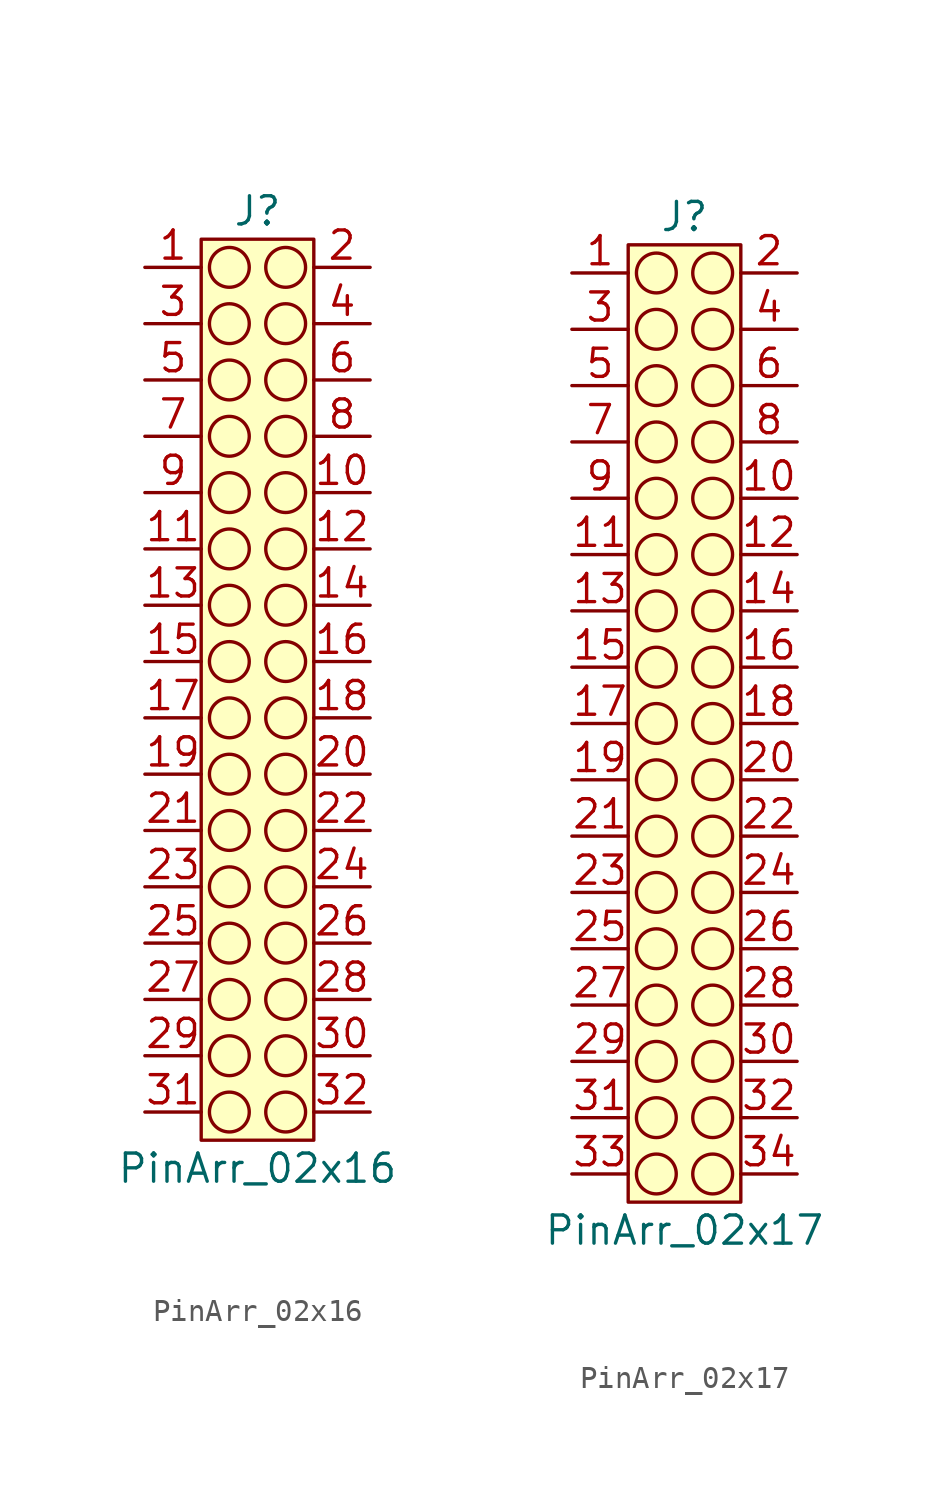
<source format=kicad_sym>
(kicad_symbol_lib
  (version 20220914)
  (generator kicad_symbol_editor)
  (symbol "PinArr_02x16"
    (property "Reference" "J"
      (at 0 21.59 0)
      (effects (font (size 1.27 1.27))))
    (property "Value" "PinArr_02x16"
      (at 0 -21.59 0)
      (effects (font (size 1.27 1.27))))
    (symbol "PinArr_02x16_0_1"
      (circle (center -1.27 -19.05) (radius 0.898) (stroke (width 0) (type default)) (fill (type none)))
      (circle (center -1.27 -16.51) (radius 0.898) (stroke (width 0) (type default)) (fill (type none)))
      (circle (center -1.27 -13.97) (radius 0.898) (stroke (width 0) (type default)) (fill (type none)))
      (circle (center -1.27 -11.43) (radius 0.898) (stroke (width 0) (type default)) (fill (type none)))
      (circle (center -1.27 -8.89) (radius 0.898) (stroke (width 0) (type default)) (fill (type none)))
      (circle (center -1.27 -6.35) (radius 0.898) (stroke (width 0) (type default)) (fill (type none)))
      (circle (center -1.27 -3.81) (radius 0.898) (stroke (width 0) (type default)) (fill (type none)))
      (circle (center -1.27 -1.27) (radius 0.898) (stroke (width 0) (type default)) (fill (type none)))
      (circle (center -1.27 1.27) (radius 0.898) (stroke (width 0) (type default)) (fill (type none)))
      (circle (center -1.27 3.81) (radius 0.898) (stroke (width 0) (type default)) (fill (type none)))
      (circle (center -1.27 6.35) (radius 0.898) (stroke (width 0) (type default)) (fill (type none)))
      (circle (center -1.27 8.89) (radius 0.898) (stroke (width 0) (type default)) (fill (type none)))
      (circle (center -1.27 11.43) (radius 0.898) (stroke (width 0) (type default)) (fill (type none)))
      (circle (center -1.27 13.97) (radius 0.898) (stroke (width 0) (type default)) (fill (type none)))
      (circle (center -1.27 16.51) (radius 0.898) (stroke (width 0) (type default)) (fill (type none)))
      (circle (center -1.27 19.05) (radius 0.898) (stroke (width 0) (type default)) (fill (type none)))
      (circle (center 1.27 -19.05) (radius 0.898) (stroke (width 0) (type default)) (fill (type none)))
      (circle (center 1.27 -16.51) (radius 0.898) (stroke (width 0) (type default)) (fill (type none)))
      (circle (center 1.27 -13.97) (radius 0.898) (stroke (width 0) (type default)) (fill (type none)))
      (circle (center 1.27 -11.43) (radius 0.898) (stroke (width 0) (type default)) (fill (type none)))
      (circle (center 1.27 -8.89) (radius 0.898) (stroke (width 0) (type default)) (fill (type none)))
      (circle (center 1.27 -6.35) (radius 0.898) (stroke (width 0) (type default)) (fill (type none)))
      (circle (center 1.27 -3.81) (radius 0.898) (stroke (width 0) (type default)) (fill (type none)))
      (circle (center 1.27 -1.27) (radius 0.898) (stroke (width 0) (type default)) (fill (type none)))
      (circle (center 1.27 1.27) (radius 0.898) (stroke (width 0) (type default)) (fill (type none)))
      (circle (center 1.27 3.81) (radius 0.898) (stroke (width 0) (type default)) (fill (type none)))
      (circle (center 1.27 6.35) (radius 0.898) (stroke (width 0) (type default)) (fill (type none)))
      (circle (center 1.27 8.89) (radius 0.898) (stroke (width 0) (type default)) (fill (type none)))
      (circle (center 1.27 11.43) (radius 0.898) (stroke (width 0) (type default)) (fill (type none)))
      (circle (center 1.27 13.97) (radius 0.898) (stroke (width 0) (type default)) (fill (type none)))
      (circle (center 1.27 16.51) (radius 0.898) (stroke (width 0) (type default)) (fill (type none)))
      (circle (center 1.27 19.05) (radius 0.898) (stroke (width 0) (type default)) (fill (type none))))
    (symbol "PinArr_02x16_1_1"
      (rectangle (start -2.54 20.32) (end 2.54 -20.32) (stroke (width 0) (type default)) (fill (type background)))
      (pin passive line (at -5.08 19.05 0) (length 2.54) (name "" (effects (font (size 1.27 1.27)))) (number "1" (effects (font (size 1.27 1.27)))))
      (pin passive line (at 5.08 8.89 180) (length 2.54) (name "" (effects (font (size 1.27 1.27)))) (number "10" (effects (font (size 1.27 1.27)))))
      (pin passive line (at -5.08 6.35 0) (length 2.54) (name "" (effects (font (size 1.27 1.27)))) (number "11" (effects (font (size 1.27 1.27)))))
      (pin passive line (at 5.08 6.35 180) (length 2.54) (name "" (effects (font (size 1.27 1.27)))) (number "12" (effects (font (size 1.27 1.27)))))
      (pin passive line (at -5.08 3.81 0) (length 2.54) (name "" (effects (font (size 1.27 1.27)))) (number "13" (effects (font (size 1.27 1.27)))))
      (pin passive line (at 5.08 3.81 180) (length 2.54) (name "" (effects (font (size 1.27 1.27)))) (number "14" (effects (font (size 1.27 1.27)))))
      (pin passive line (at -5.08 1.27 0) (length 2.54) (name "" (effects (font (size 1.27 1.27)))) (number "15" (effects (font (size 1.27 1.27)))))
      (pin passive line (at 5.08 1.27 180) (length 2.54) (name "" (effects (font (size 1.27 1.27)))) (number "16" (effects (font (size 1.27 1.27)))))
      (pin passive line (at -5.08 -1.27 0) (length 2.54) (name "" (effects (font (size 1.27 1.27)))) (number "17" (effects (font (size 1.27 1.27)))))
      (pin passive line (at 5.08 -1.27 180) (length 2.54) (name "" (effects (font (size 1.27 1.27)))) (number "18" (effects (font (size 1.27 1.27)))))
      (pin passive line (at -5.08 -3.81 0) (length 2.54) (name "" (effects (font (size 1.27 1.27)))) (number "19" (effects (font (size 1.27 1.27)))))
      (pin passive line (at 5.08 19.05 180) (length 2.54) (name "" (effects (font (size 1.27 1.27)))) (number "2" (effects (font (size 1.27 1.27)))))
      (pin passive line (at 5.08 -3.81 180) (length 2.54) (name "" (effects (font (size 1.27 1.27)))) (number "20" (effects (font (size 1.27 1.27)))))
      (pin passive line (at -5.08 -6.35 0) (length 2.54) (name "" (effects (font (size 1.27 1.27)))) (number "21" (effects (font (size 1.27 1.27)))))
      (pin passive line (at 5.08 -6.35 180) (length 2.54) (name "" (effects (font (size 1.27 1.27)))) (number "22" (effects (font (size 1.27 1.27)))))
      (pin passive line (at -5.08 -8.89 0) (length 2.54) (name "" (effects (font (size 1.27 1.27)))) (number "23" (effects (font (size 1.27 1.27)))))
      (pin passive line (at 5.08 -8.89 180) (length 2.54) (name "" (effects (font (size 1.27 1.27)))) (number "24" (effects (font (size 1.27 1.27)))))
      (pin passive line (at -5.08 -11.43 0) (length 2.54) (name "" (effects (font (size 1.27 1.27)))) (number "25" (effects (font (size 1.27 1.27)))))
      (pin passive line (at 5.08 -11.43 180) (length 2.54) (name "" (effects (font (size 1.27 1.27)))) (number "26" (effects (font (size 1.27 1.27)))))
      (pin passive line (at -5.08 -13.97 0) (length 2.54) (name "" (effects (font (size 1.27 1.27)))) (number "27" (effects (font (size 1.27 1.27)))))
      (pin passive line (at 5.08 -13.97 180) (length 2.54) (name "" (effects (font (size 1.27 1.27)))) (number "28" (effects (font (size 1.27 1.27)))))
      (pin passive line (at -5.08 -16.51 0) (length 2.54) (name "" (effects (font (size 1.27 1.27)))) (number "29" (effects (font (size 1.27 1.27)))))
      (pin passive line (at -5.08 16.51 0) (length 2.54) (name "" (effects (font (size 1.27 1.27)))) (number "3" (effects (font (size 1.27 1.27)))))
      (pin passive line (at 5.08 -16.51 180) (length 2.54) (name "" (effects (font (size 1.27 1.27)))) (number "30" (effects (font (size 1.27 1.27)))))
      (pin passive line (at -5.08 -19.05 0) (length 2.54) (name "" (effects (font (size 1.27 1.27)))) (number "31" (effects (font (size 1.27 1.27)))))
      (pin passive line (at 5.08 -19.05 180) (length 2.54) (name "" (effects (font (size 1.27 1.27)))) (number "32" (effects (font (size 1.27 1.27)))))
      (pin passive line (at 5.08 16.51 180) (length 2.54) (name "" (effects (font (size 1.27 1.27)))) (number "4" (effects (font (size 1.27 1.27)))))
      (pin passive line (at -5.08 13.97 0) (length 2.54) (name "" (effects (font (size 1.27 1.27)))) (number "5" (effects (font (size 1.27 1.27)))))
      (pin passive line (at 5.08 13.97 180) (length 2.54) (name "" (effects (font (size 1.27 1.27)))) (number "6" (effects (font (size 1.27 1.27)))))
      (pin passive line (at -5.08 11.43 0) (length 2.54) (name "" (effects (font (size 1.27 1.27)))) (number "7" (effects (font (size 1.27 1.27)))))
      (pin passive line (at 5.08 11.43 180) (length 2.54) (name "" (effects (font (size 1.27 1.27)))) (number "8" (effects (font (size 1.27 1.27)))))
      (pin passive line (at -5.08 8.89 0) (length 2.54) (name "" (effects (font (size 1.27 1.27)))) (number "9" (effects (font (size 1.27 1.27)))))))
  (symbol "PinArr_02x17"
    (property "Reference" "J"
      (at 0 22.86 0)
      (effects (font (size 1.27 1.27))))
    (property "Value" "PinArr_02x17"
      (at 0 -22.86 0)
      (effects (font (size 1.27 1.27))))
    (symbol "PinArr_02x17_0_1"
      (circle (center -1.27 -20.32) (radius 0.898) (stroke (width 0) (type default)) (fill (type none)))
      (circle (center -1.27 -17.78) (radius 0.898) (stroke (width 0) (type default)) (fill (type none)))
      (circle (center -1.27 -15.24) (radius 0.898) (stroke (width 0) (type default)) (fill (type none)))
      (circle (center -1.27 -12.7) (radius 0.898) (stroke (width 0) (type default)) (fill (type none)))
      (circle (center -1.27 -10.16) (radius 0.898) (stroke (width 0) (type default)) (fill (type none)))
      (circle (center -1.27 -7.62) (radius 0.898) (stroke (width 0) (type default)) (fill (type none)))
      (circle (center -1.27 -5.08) (radius 0.898) (stroke (width 0) (type default)) (fill (type none)))
      (circle (center -1.27 -2.54) (radius 0.898) (stroke (width 0) (type default)) (fill (type none)))
      (circle (center -1.27 0) (radius 0.898) (stroke (width 0) (type default)) (fill (type none)))
      (circle (center -1.27 2.54) (radius 0.898) (stroke (width 0) (type default)) (fill (type none)))
      (circle (center -1.27 5.08) (radius 0.898) (stroke (width 0) (type default)) (fill (type none)))
      (circle (center -1.27 7.62) (radius 0.898) (stroke (width 0) (type default)) (fill (type none)))
      (circle (center -1.27 10.16) (radius 0.898) (stroke (width 0) (type default)) (fill (type none)))
      (circle (center -1.27 12.7) (radius 0.898) (stroke (width 0) (type default)) (fill (type none)))
      (circle (center -1.27 15.24) (radius 0.898) (stroke (width 0) (type default)) (fill (type none)))
      (circle (center -1.27 17.78) (radius 0.898) (stroke (width 0) (type default)) (fill (type none)))
      (circle (center -1.27 20.32) (radius 0.898) (stroke (width 0) (type default)) (fill (type none)))
      (circle (center 1.27 -20.32) (radius 0.898) (stroke (width 0) (type default)) (fill (type none)))
      (circle (center 1.27 -17.78) (radius 0.898) (stroke (width 0) (type default)) (fill (type none)))
      (circle (center 1.27 -15.24) (radius 0.898) (stroke (width 0) (type default)) (fill (type none)))
      (circle (center 1.27 -12.7) (radius 0.898) (stroke (width 0) (type default)) (fill (type none)))
      (circle (center 1.27 -10.16) (radius 0.898) (stroke (width 0) (type default)) (fill (type none)))
      (circle (center 1.27 -7.62) (radius 0.898) (stroke (width 0) (type default)) (fill (type none)))
      (circle (center 1.27 -5.08) (radius 0.898) (stroke (width 0) (type default)) (fill (type none)))
      (circle (center 1.27 -2.54) (radius 0.898) (stroke (width 0) (type default)) (fill (type none)))
      (circle (center 1.27 0) (radius 0.898) (stroke (width 0) (type default)) (fill (type none)))
      (circle (center 1.27 2.54) (radius 0.898) (stroke (width 0) (type default)) (fill (type none)))
      (circle (center 1.27 5.08) (radius 0.898) (stroke (width 0) (type default)) (fill (type none)))
      (circle (center 1.27 7.62) (radius 0.898) (stroke (width 0) (type default)) (fill (type none)))
      (circle (center 1.27 10.16) (radius 0.898) (stroke (width 0) (type default)) (fill (type none)))
      (circle (center 1.27 12.7) (radius 0.898) (stroke (width 0) (type default)) (fill (type none)))
      (circle (center 1.27 15.24) (radius 0.898) (stroke (width 0) (type default)) (fill (type none)))
      (circle (center 1.27 17.78) (radius 0.898) (stroke (width 0) (type default)) (fill (type none)))
      (circle (center 1.27 20.32) (radius 0.898) (stroke (width 0) (type default)) (fill (type none))))
    (symbol "PinArr_02x17_1_1"
      (rectangle (start -2.54 21.59) (end 2.54 -21.59) (stroke (width 0) (type default)) (fill (type background)))
      (pin passive line (at -5.08 20.32 0) (length 2.54) (name "" (effects (font (size 1.27 1.27)))) (number "1" (effects (font (size 1.27 1.27)))))
      (pin passive line (at 5.08 10.16 180) (length 2.54) (name "" (effects (font (size 1.27 1.27)))) (number "10" (effects (font (size 1.27 1.27)))))
      (pin passive line (at -5.08 7.62 0) (length 2.54) (name "" (effects (font (size 1.27 1.27)))) (number "11" (effects (font (size 1.27 1.27)))))
      (pin passive line (at 5.08 7.62 180) (length 2.54) (name "" (effects (font (size 1.27 1.27)))) (number "12" (effects (font (size 1.27 1.27)))))
      (pin passive line (at -5.08 5.08 0) (length 2.54) (name "" (effects (font (size 1.27 1.27)))) (number "13" (effects (font (size 1.27 1.27)))))
      (pin passive line (at 5.08 5.08 180) (length 2.54) (name "" (effects (font (size 1.27 1.27)))) (number "14" (effects (font (size 1.27 1.27)))))
      (pin passive line (at -5.08 2.54 0) (length 2.54) (name "" (effects (font (size 1.27 1.27)))) (number "15" (effects (font (size 1.27 1.27)))))
      (pin passive line (at 5.08 2.54 180) (length 2.54) (name "" (effects (font (size 1.27 1.27)))) (number "16" (effects (font (size 1.27 1.27)))))
      (pin passive line (at -5.08 0 0) (length 2.54) (name "" (effects (font (size 1.27 1.27)))) (number "17" (effects (font (size 1.27 1.27)))))
      (pin passive line (at 5.08 0 180) (length 2.54) (name "" (effects (font (size 1.27 1.27)))) (number "18" (effects (font (size 1.27 1.27)))))
      (pin passive line (at -5.08 -2.54 0) (length 2.54) (name "" (effects (font (size 1.27 1.27)))) (number "19" (effects (font (size 1.27 1.27)))))
      (pin passive line (at 5.08 20.32 180) (length 2.54) (name "" (effects (font (size 1.27 1.27)))) (number "2" (effects (font (size 1.27 1.27)))))
      (pin passive line (at 5.08 -2.54 180) (length 2.54) (name "" (effects (font (size 1.27 1.27)))) (number "20" (effects (font (size 1.27 1.27)))))
      (pin passive line (at -5.08 -5.08 0) (length 2.54) (name "" (effects (font (size 1.27 1.27)))) (number "21" (effects (font (size 1.27 1.27)))))
      (pin passive line (at 5.08 -5.08 180) (length 2.54) (name "" (effects (font (size 1.27 1.27)))) (number "22" (effects (font (size 1.27 1.27)))))
      (pin passive line (at -5.08 -7.62 0) (length 2.54) (name "" (effects (font (size 1.27 1.27)))) (number "23" (effects (font (size 1.27 1.27)))))
      (pin passive line (at 5.08 -7.62 180) (length 2.54) (name "" (effects (font (size 1.27 1.27)))) (number "24" (effects (font (size 1.27 1.27)))))
      (pin passive line (at -5.08 -10.16 0) (length 2.54) (name "" (effects (font (size 1.27 1.27)))) (number "25" (effects (font (size 1.27 1.27)))))
      (pin passive line (at 5.08 -10.16 180) (length 2.54) (name "" (effects (font (size 1.27 1.27)))) (number "26" (effects (font (size 1.27 1.27)))))
      (pin passive line (at -5.08 -12.7 0) (length 2.54) (name "" (effects (font (size 1.27 1.27)))) (number "27" (effects (font (size 1.27 1.27)))))
      (pin passive line (at 5.08 -12.7 180) (length 2.54) (name "" (effects (font (size 1.27 1.27)))) (number "28" (effects (font (size 1.27 1.27)))))
      (pin passive line (at -5.08 -15.24 0) (length 2.54) (name "" (effects (font (size 1.27 1.27)))) (number "29" (effects (font (size 1.27 1.27)))))
      (pin passive line (at -5.08 17.78 0) (length 2.54) (name "" (effects (font (size 1.27 1.27)))) (number "3" (effects (font (size 1.27 1.27)))))
      (pin passive line (at 5.08 -15.24 180) (length 2.54) (name "" (effects (font (size 1.27 1.27)))) (number "30" (effects (font (size 1.27 1.27)))))
      (pin passive line (at -5.08 -17.78 0) (length 2.54) (name "" (effects (font (size 1.27 1.27)))) (number "31" (effects (font (size 1.27 1.27)))))
      (pin passive line (at 5.08 -17.78 180) (length 2.54) (name "" (effects (font (size 1.27 1.27)))) (number "32" (effects (font (size 1.27 1.27)))))
      (pin passive line (at -5.08 -20.32 0) (length 2.54) (name "" (effects (font (size 1.27 1.27)))) (number "33" (effects (font (size 1.27 1.27)))))
      (pin passive line (at 5.08 -20.32 180) (length 2.54) (name "" (effects (font (size 1.27 1.27)))) (number "34" (effects (font (size 1.27 1.27)))))
      (pin passive line (at 5.08 17.78 180) (length 2.54) (name "" (effects (font (size 1.27 1.27)))) (number "4" (effects (font (size 1.27 1.27)))))
      (pin passive line (at -5.08 15.24 0) (length 2.54) (name "" (effects (font (size 1.27 1.27)))) (number "5" (effects (font (size 1.27 1.27)))))
      (pin passive line (at 5.08 15.24 180) (length 2.54) (name "" (effects (font (size 1.27 1.27)))) (number "6" (effects (font (size 1.27 1.27)))))
      (pin passive line (at -5.08 12.7 0) (length 2.54) (name "" (effects (font (size 1.27 1.27)))) (number "7" (effects (font (size 1.27 1.27)))))
      (pin passive line (at 5.08 12.7 180) (length 2.54) (name "" (effects (font (size 1.27 1.27)))) (number "8" (effects (font (size 1.27 1.27)))))
      (pin passive line (at -5.08 10.16 0) (length 2.54) (name "" (effects (font (size 1.27 1.27)))) (number "9" (effects (font (size 1.27 1.27))))))))
</source>
